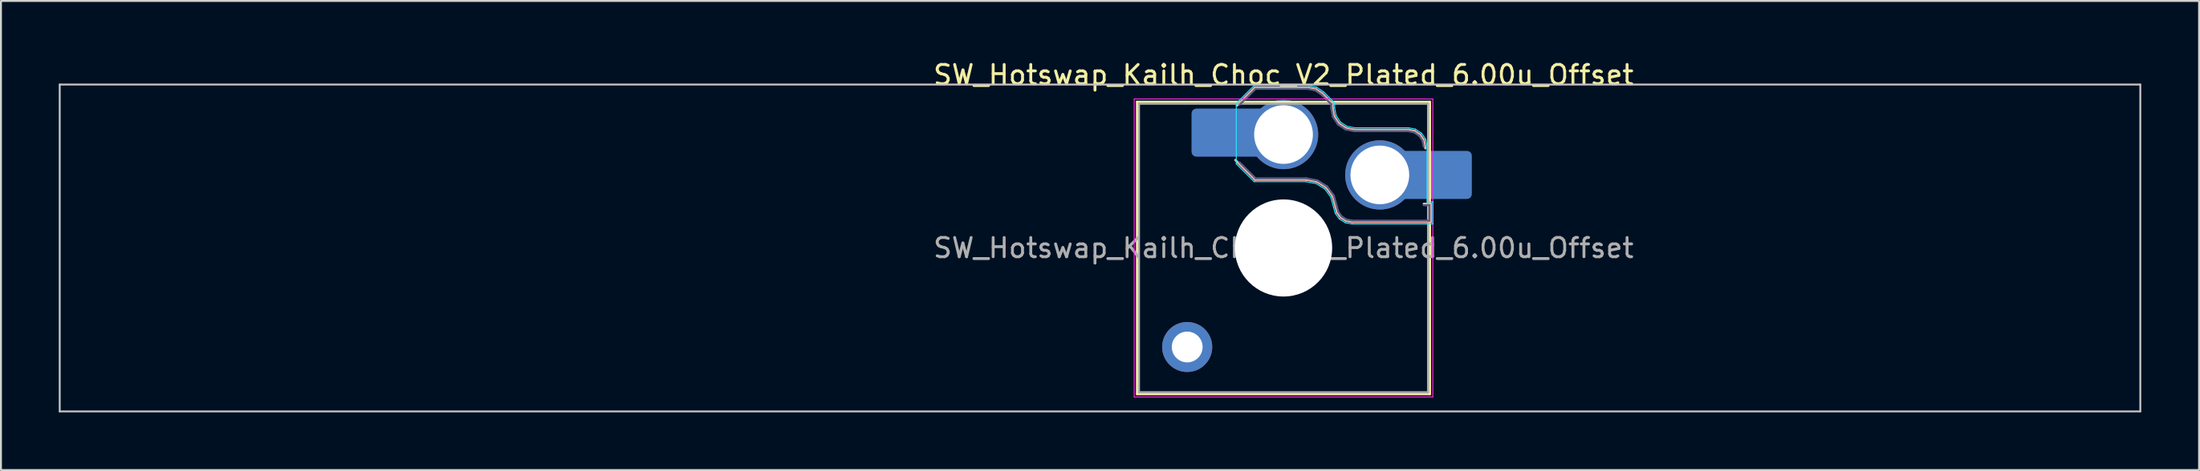
<source format=kicad_pcb>
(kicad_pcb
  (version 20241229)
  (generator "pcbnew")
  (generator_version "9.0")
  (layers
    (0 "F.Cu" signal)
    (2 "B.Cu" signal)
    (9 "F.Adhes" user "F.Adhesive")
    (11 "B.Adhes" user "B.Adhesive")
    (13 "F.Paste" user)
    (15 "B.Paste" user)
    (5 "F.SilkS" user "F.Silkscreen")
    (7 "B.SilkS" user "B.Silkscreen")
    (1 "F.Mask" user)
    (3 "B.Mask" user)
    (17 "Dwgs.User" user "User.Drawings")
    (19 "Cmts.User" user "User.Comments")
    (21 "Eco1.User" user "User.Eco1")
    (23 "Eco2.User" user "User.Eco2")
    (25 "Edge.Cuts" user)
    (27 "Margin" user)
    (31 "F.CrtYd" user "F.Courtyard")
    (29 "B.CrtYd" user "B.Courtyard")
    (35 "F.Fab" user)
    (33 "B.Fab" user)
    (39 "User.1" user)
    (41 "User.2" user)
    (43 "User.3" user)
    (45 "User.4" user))
  (footprint "SW_Hotswap_Kailh_Choc_V2_Plated_6.00u_Offset"
    (layer "F.Cu")
    (at 63.575 9.848)
    (property "Reference" "SW_Hotswap_Kailh_Choc_V2_Plated_6.00u_Offset" (at 0 -9 0) (layer "F.SilkS") (effects (font (size 1 1) (thickness 0.15))))
    (attr smd)
    (fp_line (start -7.6 -7.6) (end -7.6 7.6) (stroke (width 0.12) (type solid)) (layer "F.SilkS"))
    (fp_line (start -7.6 7.6) (end 7.6 7.6) (stroke (width 0.12) (type solid)) (layer "F.SilkS"))
    (fp_line (start 7.6 -7.6) (end -7.6 -7.6) (stroke (width 0.12) (type solid)) (layer "F.SilkS"))
    (fp_line (start 7.6 7.6) (end 7.6 -7.6) (stroke (width 0.12) (type solid)) (layer "F.SilkS"))
    (fp_line (start -2.416 -7.409) (end -1.479 -8.346) (stroke (width 0.12) (type solid)) (layer "B.SilkS"))
    (fp_line (start -1.479 -8.346) (end 1.268 -8.346) (stroke (width 0.12) (type solid)) (layer "B.SilkS"))
    (fp_line (start -1.479 -3.554) (end -2.5 -4.575) (stroke (width 0.12) (type solid)) (layer "B.SilkS"))
    (fp_line (start 1.168 -3.554) (end -1.479 -3.554) (stroke (width 0.12) (type solid)) (layer "B.SilkS"))
    (fp_line (start 1.268 -8.346) (end 1.671 -8.266) (stroke (width 0.12) (type solid)) (layer "B.SilkS"))
    (fp_line (start 1.671 -8.266) (end 2.013 -8.037) (stroke (width 0.12) (type solid)) (layer "B.SilkS"))
    (fp_line (start 1.73 -3.449) (end 1.168 -3.554) (stroke (width 0.12) (type solid)) (layer "B.SilkS"))
    (fp_line (start 2.013 -8.037) (end 2.546 -7.504) (stroke (width 0.12) (type solid)) (layer "B.SilkS"))
    (fp_line (start 2.209 -3.15) (end 1.73 -3.449) (stroke (width 0.12) (type solid)) (layer "B.SilkS"))
    (fp_line (start 2.546 -7.504) (end 2.546 -7.282) (stroke (width 0.12) (type solid)) (layer "B.SilkS"))
    (fp_line (start 2.546 -7.282) (end 2.633 -6.844) (stroke (width 0.12) (type solid)) (layer "B.SilkS"))
    (fp_line (start 2.547 -2.697) (end 2.209 -3.15) (stroke (width 0.12) (type solid)) (layer "B.SilkS"))
    (fp_line (start 2.633 -6.844) (end 2.877 -6.477) (stroke (width 0.12) (type solid)) (layer "B.SilkS"))
    (fp_line (start 2.701 -2.139) (end 2.547 -2.697) (stroke (width 0.12) (type solid)) (layer "B.SilkS"))
    (fp_line (start 2.783 -1.841) (end 2.701 -2.139) (stroke (width 0.12) (type solid)) (layer "B.SilkS"))
    (fp_line (start 2.877 -6.477) (end 3.244 -6.233) (stroke (width 0.12) (type solid)) (layer "B.SilkS"))
    (fp_line (start 2.976 -1.583) (end 2.783 -1.841) (stroke (width 0.12) (type solid)) (layer "B.SilkS"))
    (fp_line (start 3.244 -6.233) (end 3.682 -6.146) (stroke (width 0.12) (type solid)) (layer "B.SilkS"))
    (fp_line (start 3.25 -1.413) (end 2.976 -1.583) (stroke (width 0.12) (type solid)) (layer "B.SilkS"))
    (fp_line (start 3.56 -1.354) (end 3.25 -1.413) (stroke (width 0.12) (type solid)) (layer "B.SilkS"))
    (fp_line (start 3.682 -6.146) (end 6.482 -6.146) (stroke (width 0.12) (type solid)) (layer "B.SilkS"))
    (fp_line (start 6.482 -6.146) (end 6.809 -6.081) (stroke (width 0.12) (type solid)) (layer "B.SilkS"))
    (fp_line (start 6.809 -6.081) (end 7.092 -5.892) (stroke (width 0.12) (type solid)) (layer "B.SilkS"))
    (fp_line (start 7.092 -5.892) (end 7.281 -5.609) (stroke (width 0.12) (type solid)) (layer "B.SilkS"))
    (fp_line (start 7.281 -5.609) (end 7.366 -5.182) (stroke (width 0.12) (type solid)) (layer "B.SilkS"))
    (fp_line (start 7.283 -2.296) (end 7.646 -2.296) (stroke (width 0.12) (type solid)) (layer "B.SilkS"))
    (fp_line (start 7.646 -2.296) (end 7.646 -1.354) (stroke (width 0.12) (type solid)) (layer "B.SilkS"))
    (fp_line (start 7.646 -1.354) (end 3.56 -1.354) (stroke (width 0.12) (type solid)) (layer "B.SilkS"))
    (fp_line (start -63.525 -8.5) (end -63.525 8.5) (stroke (width 0.1) (type solid)) (layer "Dwgs.User"))
    (fp_line (start -63.525 8.5) (end 44.475 8.5) (stroke (width 0.1) (type solid)) (layer "Dwgs.User"))
    (fp_line (start 44.475 -8.5) (end -63.525 -8.5) (stroke (width 0.1) (type solid)) (layer "Dwgs.User"))
    (fp_line (start 44.475 8.5) (end 44.475 -8.5) (stroke (width 0.1) (type solid)) (layer "Dwgs.User"))
    (fp_line (start -7.25 -7.25) (end -7.25 7.25) (stroke (width 0.1) (type solid)) (layer "Eco1.User"))
    (fp_line (start -7.25 7.25) (end 7.25 7.25) (stroke (width 0.1) (type solid)) (layer "Eco1.User"))
    (fp_line (start 7.25 -7.25) (end -7.25 -7.25) (stroke (width 0.1) (type solid)) (layer "Eco1.User"))
    (fp_line (start 7.25 7.25) (end 7.25 -7.25) (stroke (width 0.1) (type solid)) (layer "Eco1.User"))
    (fp_line (start -2.452 -7.523) (end -1.523 -8.452) (stroke (width 0.05) (type solid)) (layer "B.CrtYd"))
    (fp_line (start -2.452 -4.377) (end -2.452 -7.523) (stroke (width 0.05) (type solid)) (layer "B.CrtYd"))
    (fp_line (start -1.523 -8.452) (end 1.278 -8.452) (stroke (width 0.05) (type solid)) (layer "B.CrtYd"))
    (fp_line (start -1.523 -3.448) (end -2.452 -4.377) (stroke (width 0.05) (type solid)) (layer "B.CrtYd"))
    (fp_line (start 1.159 -3.448) (end -1.523 -3.448) (stroke (width 0.05) (type solid)) (layer "B.CrtYd"))
    (fp_line (start 1.278 -8.452) (end 1.712 -8.366) (stroke (width 0.05) (type solid)) (layer "B.CrtYd"))
    (fp_line (start 1.691 -3.348) (end 1.159 -3.448) (stroke (width 0.05) (type solid)) (layer "B.CrtYd"))
    (fp_line (start 1.712 -8.366) (end 2.081 -8.119) (stroke (width 0.05) (type solid)) (layer "B.CrtYd"))
    (fp_line (start 2.081 -8.119) (end 2.652 -7.548) (stroke (width 0.05) (type solid)) (layer "B.CrtYd"))
    (fp_line (start 2.136 -3.071) (end 1.691 -3.348) (stroke (width 0.05) (type solid)) (layer "B.CrtYd"))
    (fp_line (start 2.45 -2.65) (end 2.136 -3.071) (stroke (width 0.05) (type solid)) (layer "B.CrtYd"))
    (fp_line (start 2.599 -2.111) (end 2.45 -2.65) (stroke (width 0.05) (type solid)) (layer "B.CrtYd"))
    (fp_line (start 2.652 -7.548) (end 2.652 -7.292) (stroke (width 0.05) (type solid)) (layer "B.CrtYd"))
    (fp_line (start 2.652 -7.292) (end 2.733 -6.885) (stroke (width 0.05) (type solid)) (layer "B.CrtYd"))
    (fp_line (start 2.687 -1.794) (end 2.599 -2.111) (stroke (width 0.05) (type solid)) (layer "B.CrtYd"))
    (fp_line (start 2.733 -6.885) (end 2.953 -6.553) (stroke (width 0.05) (type solid)) (layer "B.CrtYd"))
    (fp_line (start 2.903 -1.503) (end 2.687 -1.794) (stroke (width 0.05) (type solid)) (layer "B.CrtYd"))
    (fp_line (start 2.953 -6.553) (end 3.285 -6.333) (stroke (width 0.05) (type solid)) (layer "B.CrtYd"))
    (fp_line (start 3.211 -1.312) (end 2.903 -1.503) (stroke (width 0.05) (type solid)) (layer "B.CrtYd"))
    (fp_line (start 3.285 -6.333) (end 3.692 -6.252) (stroke (width 0.05) (type solid)) (layer "B.CrtYd"))
    (fp_line (start 3.55 -1.248) (end 3.211 -1.312) (stroke (width 0.05) (type solid)) (layer "B.CrtYd"))
    (fp_line (start 3.692 -6.252) (end 6.492 -6.252) (stroke (width 0.05) (type solid)) (layer "B.CrtYd"))
    (fp_line (start 6.492 -6.252) (end 6.85 -6.181) (stroke (width 0.05) (type solid)) (layer "B.CrtYd"))
    (fp_line (start 6.85 -6.181) (end 7.168 -5.968) (stroke (width 0.05) (type solid)) (layer "B.CrtYd"))
    (fp_line (start 7.168 -5.968) (end 7.381 -5.65) (stroke (width 0.05) (type solid)) (layer "B.CrtYd"))
    (fp_line (start 7.381 -5.65) (end 7.452 -5.292) (stroke (width 0.05) (type solid)) (layer "B.CrtYd"))
    (fp_line (start 7.452 -5.292) (end 7.452 -2.402) (stroke (width 0.05) (type solid)) (layer "B.CrtYd"))
    (fp_line (start 7.452 -2.402) (end 7.752 -2.402) (stroke (width 0.05) (type solid)) (layer "B.CrtYd"))
    (fp_line (start 7.752 -2.402) (end 7.752 -1.248) (stroke (width 0.05) (type solid)) (layer "B.CrtYd"))
    (fp_line (start 7.752 -1.248) (end 3.55 -1.248) (stroke (width 0.05) (type solid)) (layer "B.CrtYd"))
    (fp_line (start -7.75 -7.75) (end -7.75 7.75) (stroke (width 0.05) (type solid)) (layer "F.CrtYd"))
    (fp_line (start -7.75 7.75) (end 7.75 7.75) (stroke (width 0.05) (type solid)) (layer "F.CrtYd"))
    (fp_line (start 7.75 -7.75) (end -7.75 -7.75) (stroke (width 0.05) (type solid)) (layer "F.CrtYd"))
    (fp_line (start 7.75 7.75) (end 7.75 -7.75) (stroke (width 0.05) (type solid)) (layer "F.CrtYd"))
    (fp_line (start -2.275 -7.45) (end -1.45 -8.275) (stroke (width 0.1) (type solid)) (layer "B.Fab"))
    (fp_line (start -1.45 -8.275) (end 1.261 -8.275) (stroke (width 0.1) (type solid)) (layer "B.Fab"))
    (fp_line (start -1.45 -3.625) (end -2.275 -4.45) (stroke (width 0.1) (type solid)) (layer "B.Fab"))
    (fp_line (start 1.175 -3.625) (end -1.45 -3.625) (stroke (width 0.1) (type solid)) (layer "B.Fab"))
    (fp_line (start 1.261 -8.275) (end 1.643 -8.199) (stroke (width 0.1) (type solid)) (layer "B.Fab"))
    (fp_line (start 1.643 -8.199) (end 1.968 -7.982) (stroke (width 0.1) (type solid)) (layer "B.Fab"))
    (fp_line (start 1.756 -3.516) (end 1.175 -3.625) (stroke (width 0.1) (type solid)) (layer "B.Fab"))
    (fp_line (start 1.968 -7.982) (end 2.475 -7.475) (stroke (width 0.1) (type solid)) (layer "B.Fab"))
    (fp_line (start 2.258 -3.203) (end 1.756 -3.516) (stroke (width 0.1) (type solid)) (layer "B.Fab"))
    (fp_line (start 2.475 -7.475) (end 2.475 -7.275) (stroke (width 0.1) (type solid)) (layer "B.Fab"))
    (fp_line (start 2.475 -7.275) (end 2.566 -6.816) (stroke (width 0.1) (type solid)) (layer "B.Fab"))
    (fp_line (start 2.566 -6.816) (end 2.826 -6.426) (stroke (width 0.1) (type solid)) (layer "B.Fab"))
    (fp_line (start 2.612 -2.729) (end 2.258 -3.203) (stroke (width 0.1) (type solid)) (layer "B.Fab"))
    (fp_line (start 2.769 -2.158) (end 2.612 -2.729) (stroke (width 0.1) (type solid)) (layer "B.Fab"))
    (fp_line (start 2.826 -6.426) (end 3.216 -6.166) (stroke (width 0.1) (type solid)) (layer "B.Fab"))
    (fp_line (start 2.848 -1.873) (end 2.769 -2.158) (stroke (width 0.1) (type solid)) (layer "B.Fab"))
    (fp_line (start 3.025 -1.636) (end 2.848 -1.873) (stroke (width 0.1) (type solid)) (layer "B.Fab"))
    (fp_line (start 3.216 -6.166) (end 3.675 -6.075) (stroke (width 0.1) (type solid)) (layer "B.Fab"))
    (fp_line (start 3.276 -1.48) (end 3.025 -1.636) (stroke (width 0.1) (type solid)) (layer "B.Fab"))
    (fp_line (start 3.567 -1.425) (end 3.276 -1.48) (stroke (width 0.1) (type solid)) (layer "B.Fab"))
    (fp_line (start 3.675 -6.075) (end 6.475 -6.075) (stroke (width 0.1) (type solid)) (layer "B.Fab"))
    (fp_line (start 6.475 -6.075) (end 6.781 -6.014) (stroke (width 0.1) (type solid)) (layer "B.Fab"))
    (fp_line (start 6.781 -6.014) (end 7.041 -5.841) (stroke (width 0.1) (type solid)) (layer "B.Fab"))
    (fp_line (start 7.041 -5.841) (end 7.214 -5.581) (stroke (width 0.1) (type solid)) (layer "B.Fab"))
    (fp_line (start 7.214 -5.581) (end 7.275 -5.275) (stroke (width 0.1) (type solid)) (layer "B.Fab"))
    (fp_line (start 7.275 -2.225) (end 7.575 -2.225) (stroke (width 0.1) (type solid)) (layer "B.Fab"))
    (fp_line (start 7.575 -2.225) (end 7.575 -1.425) (stroke (width 0.1) (type solid)) (layer "B.Fab"))
    (fp_line (start 7.575 -1.425) (end 3.567 -1.425) (stroke (width 0.1) (type solid)) (layer "B.Fab"))
    (fp_line (start -7.5 -7.5) (end -7.5 7.5) (stroke (width 0.1) (type solid)) (layer "F.Fab"))
    (fp_line (start -7.5 7.5) (end 7.5 7.5) (stroke (width 0.1) (type solid)) (layer "F.Fab"))
    (fp_line (start 7.5 -7.5) (end -7.5 -7.5) (stroke (width 0.1) (type solid)) (layer "F.Fab"))
    (fp_line (start 7.5 7.5) (end 7.5 -7.5) (stroke (width 0.1) (type solid)) (layer "F.Fab"))
    (fp_text user "${REFERENCE}" (at 0 0 0) (layer "F.Fab") (effects (font (size 1 1) (thickness 0.15))))
    (pad "" thru_hole circle (at -5 5.15) (size 2.6 2.6) (drill 1.6) (layers "*.Cu" "*.Mask"))
    (pad "" smd roundrect (at -3.5 -6) (size 2.55 2.5) (layers "B.Mask" "B.Paste") (roundrect_rratio 0.1))
    (pad "" np_thru_hole circle (at 0 0) (size 5.05 5.05) (drill 5.05) (layers "*.Cu" "*.Mask"))
    (pad "" smd roundrect (at 8.5 -3.8) (size 2.55 2.5) (layers "B.Mask" "B.Paste") (roundrect_rratio 0.1))
    (pad "1" smd roundrect (at -2.85 -6) (size 3.85 2.5) (layers "B.Cu") (roundrect_rratio 0.1))
    (pad "1" thru_hole circle (at 0 -5.9) (size 3.6 3.6) (drill 3.05) (layers "*.Cu" "*.Mask"))
    (pad "2" thru_hole circle (at 5 -3.8) (size 3.6 3.6) (drill 3.05) (layers "*.Cu" "*.Mask"))
    (pad "2" smd roundrect (at 7.85 -3.8) (size 3.85 2.5) (layers "B.Cu") (roundrect_rratio 0.1)))
  (gr_rect
    (start -3 -3)
    (end 111.1 21.398)
    (stroke (width 0.1) (type default))
    (fill no)
    (layer "Edge.Cuts")))
</source>
